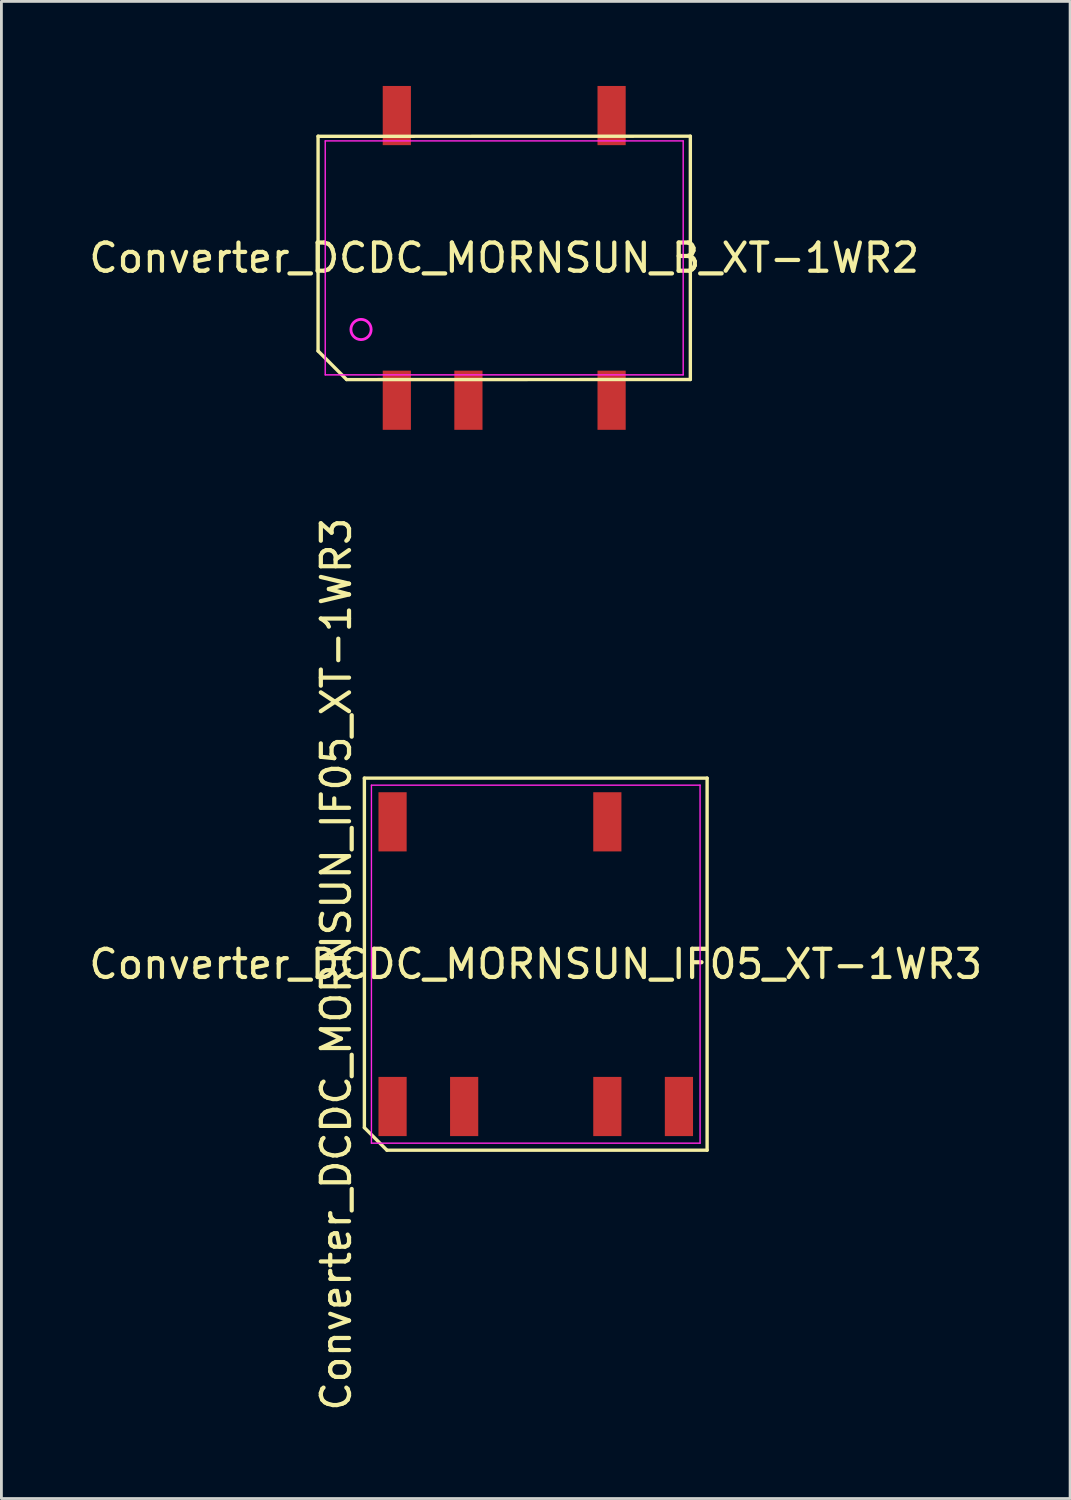
<source format=kicad_pcb>
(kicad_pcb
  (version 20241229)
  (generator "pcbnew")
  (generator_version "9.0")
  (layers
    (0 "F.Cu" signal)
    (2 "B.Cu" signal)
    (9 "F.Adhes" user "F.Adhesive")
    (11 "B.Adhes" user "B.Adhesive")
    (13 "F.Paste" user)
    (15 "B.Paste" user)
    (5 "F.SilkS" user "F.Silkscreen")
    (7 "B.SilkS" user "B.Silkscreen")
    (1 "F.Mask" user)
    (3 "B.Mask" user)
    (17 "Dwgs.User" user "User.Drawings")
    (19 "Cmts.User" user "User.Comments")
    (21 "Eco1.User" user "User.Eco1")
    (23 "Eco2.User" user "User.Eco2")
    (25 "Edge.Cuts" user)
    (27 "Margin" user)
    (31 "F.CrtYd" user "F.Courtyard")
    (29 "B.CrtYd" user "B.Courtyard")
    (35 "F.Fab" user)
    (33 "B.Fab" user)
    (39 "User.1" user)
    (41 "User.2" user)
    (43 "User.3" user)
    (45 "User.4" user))
  (footprint "Converter_DCDC_MORNSUN_IF05_XT-1WR3"
    (layer "F.Cu")
    (at 15.958 31.158)
    (property "Reference" "Converter_DCDC_MORNSUN_IF05_XT-1WR3" (at -7.08 0 90) (layer "F.SilkS") (effects (font (size 1 1) (thickness 0.15))))
    (attr smd)
    (fp_line (start -6.08 -6.6) (end 6.08 -6.6) (stroke (width 0.12) (type solid)) (layer "F.SilkS"))
    (fp_line (start -6.08 5.8) (end -6.08 -6.6) (stroke (width 0.12) (type solid)) (layer "F.SilkS"))
    (fp_line (start -5.28 6.6) (end -6.08 5.8) (stroke (width 0.12) (type solid)) (layer "F.SilkS"))
    (fp_line (start 6.08 -6.6) (end 6.08 6.6) (stroke (width 0.12) (type solid)) (layer "F.SilkS"))
    (fp_line (start 6.08 6.6) (end -5.28 6.6) (stroke (width 0.12) (type solid)) (layer "F.SilkS"))
    (fp_line (start -5.83 -6.35) (end 5.83 -6.35) (stroke (width 0.05) (type solid)) (layer "F.CrtYd"))
    (fp_line (start -5.83 6.35) (end -5.83 -6.35) (stroke (width 0.05) (type solid)) (layer "F.CrtYd"))
    (fp_line (start 5.83 -6.35) (end 5.83 6.35) (stroke (width 0.05) (type solid)) (layer "F.CrtYd"))
    (fp_line (start 5.83 6.35) (end -5.83 6.35) (stroke (width 0.05) (type solid)) (layer "F.CrtYd"))
    (fp_text user "${REFERENCE}" (at 0 0 0) (layer "F.SilkS") (effects (font (size 1 1) (thickness 0.15))))
    (pad "1" smd rect (at -5.08 5.05) (size 1 2.1) (layers "F.Cu" "F.Mask" "F.Paste"))
    (pad "2" smd rect (at -2.54 5.05) (size 1 2.1) (layers "F.Cu" "F.Mask" "F.Paste"))
    (pad "4" smd rect (at 2.54 5.05) (size 1 2.1) (layers "F.Cu" "F.Mask" "F.Paste"))
    (pad "5" smd rect (at 5.08 5.05) (size 1 2.1) (layers "F.Cu" "F.Mask" "F.Paste"))
    (pad "7" smd rect (at 2.54 -5.05) (size 1 2.1) (layers "F.Cu" "F.Mask" "F.Paste"))
    (pad "10" smd rect (at -5.08 -5.05) (size 1 2.1) (layers "F.Cu" "F.Mask" "F.Paste")))
  (footprint "Converter_DCDC_MORNSUN_B_XT-1WR2"
    (layer "F.Cu")
    (at 14.839 6.1)
    (property "Reference" "Converter_DCDC_MORNSUN_B_XT-1WR2" (at 0 0 180) (layer "F.SilkS") (effects (font (size 1 1) (thickness 0.15))))
    (attr smd)
    (fp_line (start -6.604 -4.314) (end 6.604 -4.318) (stroke (width 0.12) (type solid)) (layer "F.SilkS"))
    (fp_line (start -6.604 3.302) (end -6.604 -4.318) (stroke (width 0.12) (type solid)) (layer "F.SilkS"))
    (fp_line (start -5.595 4.314) (end -6.604 3.302) (stroke (width 0.12) (type solid)) (layer "F.SilkS"))
    (fp_line (start 6.604 -4.318) (end 6.604 4.314) (stroke (width 0.12) (type solid)) (layer "F.SilkS"))
    (fp_line (start 6.604 4.314) (end -5.588 4.318) (stroke (width 0.12) (type solid)) (layer "F.SilkS"))
    (fp_line (start -6.35 -4.15) (end 6.35 -4.15) (stroke (width 0.05) (type solid)) (layer "F.CrtYd"))
    (fp_line (start -6.35 4.15) (end -6.35 -4.15) (stroke (width 0.05) (type solid)) (layer "F.CrtYd"))
    (fp_line (start 6.35 -4.15) (end 6.35 4.15) (stroke (width 0.05) (type solid)) (layer "F.CrtYd"))
    (fp_line (start 6.35 4.15) (end -6.35 4.15) (stroke (width 0.05) (type solid)) (layer "F.CrtYd"))
    (fp_circle (center -5.08 2.54) (end -4.721 2.54) (stroke (width 0.1) (type solid)) (fill no) (layer "F.CrtYd"))
    (pad "1" smd rect (at -3.81 5.05) (size 1 2.1) (layers "F.Cu" "F.Mask" "F.Paste"))
    (pad "2" smd rect (at -1.27 5.05) (size 1 2.1) (layers "F.Cu" "F.Mask" "F.Paste"))
    (pad "4" smd rect (at 3.81 5.05) (size 1 2.1) (layers "F.Cu" "F.Mask" "F.Paste"))
    (pad "5" smd rect (at 3.81 -5.05) (size 1 2.1) (layers "F.Cu" "F.Mask" "F.Paste"))
    (pad "8" smd rect (at -3.81 -5.05) (size 1 2.1) (layers "F.Cu" "F.Mask" "F.Paste")))
  (gr_rect
    (start -3 -3)
    (end 34.917 50.117)
    (stroke (width 0.1) (type default))
    (fill no)
    (layer "Edge.Cuts")))
</source>
